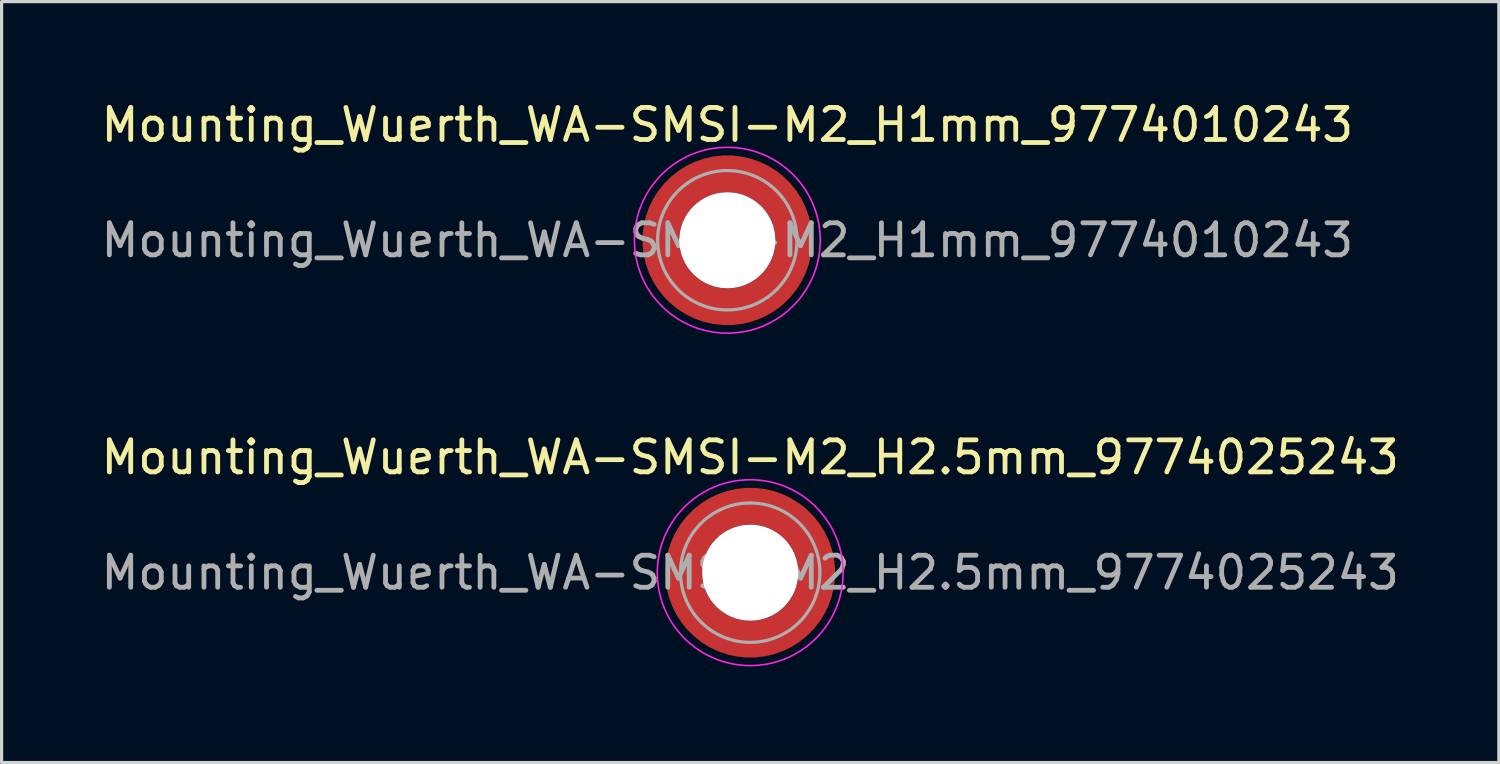
<source format=kicad_pcb>
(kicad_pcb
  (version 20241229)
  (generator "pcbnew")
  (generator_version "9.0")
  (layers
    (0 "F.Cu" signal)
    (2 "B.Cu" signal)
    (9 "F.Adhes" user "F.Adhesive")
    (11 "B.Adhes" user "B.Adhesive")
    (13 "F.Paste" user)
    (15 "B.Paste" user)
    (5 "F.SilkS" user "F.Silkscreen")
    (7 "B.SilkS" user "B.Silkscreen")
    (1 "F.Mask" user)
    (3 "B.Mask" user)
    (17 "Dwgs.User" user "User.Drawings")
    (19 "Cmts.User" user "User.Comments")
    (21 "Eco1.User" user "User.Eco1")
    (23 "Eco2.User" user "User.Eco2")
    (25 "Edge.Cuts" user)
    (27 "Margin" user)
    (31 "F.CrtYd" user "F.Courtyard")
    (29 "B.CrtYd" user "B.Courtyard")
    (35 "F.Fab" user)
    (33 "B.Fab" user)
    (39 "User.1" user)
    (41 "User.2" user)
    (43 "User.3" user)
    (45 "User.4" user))
  (footprint "Mounting_Wuerth_WA-SMSI-M2_H2.5mm_9774025243"
    (layer "F.Cu")
    (at 20.363 14.822)
    (property "Reference" "Mounting_Wuerth_WA-SMSI-M2_H2.5mm_9774025243" (at 0 -3.6 0) (layer "F.SilkS") (effects (font (size 1 1) (thickness 0.15))))
    (attr smd)
    (fp_circle (center 0 0) (end 2.9 0) (stroke (width 0.05) (type solid)) (fill no) (layer "F.CrtYd"))
    (fp_circle (center 0 0) (end 2.175 0) (stroke (width 0.1) (type solid)) (fill no) (layer "F.Fab"))
    (fp_text user "${REFERENCE}" (at 0 0 0) (layer "F.Fab") (effects (font (size 1 1) (thickness 0.15))))
    (pad "" smd custom (at -1.453 -1.453) (size 0.61 0.61) (layers "F.Paste") (options (anchor circle)) (primitives (gr_arc (start -0.147677 1.053104) (mid 0.285964 0.286792) (end 1.051968 -0.147393) (width 0.2)) (gr_arc (start -0.240295 1.053104) (mid 0.22253 0.222946) (end 1.052531 -0.24016) (width 0.2)) (gr_arc (start -0.332645 1.053104) (mid 0.158548 0.15965) (end 1.051583 -0.332304) (width 0.2)) (gr_arc (start -0.424767 1.053104) (mid 0.09486 0.096059) (end 1.051446 -0.424413) (width 0.2)) (gr_arc (start -0.516693 1.053104) (mid 0.031293 0.032346) (end 1.051645 -0.516396) (width 0.2)) (gr_arc (start -0.608448 1.053104) (mid -0.032323 -0.031316) (end 1.051707 -0.608176) (width 0.2)) (gr_arc (start -0.700056 1.053104) (mid -0.09616 -0.094758) (end 1.051155 -0.699693) (width 0.2)) (gr_arc (start -0.791534 1.053104) (mid -0.160388 -0.15781) (end 1.049515 -0.790891) (width 0.2)) (gr_arc (start -0.882896 1.053104) (mid -0.223713 -0.221764) (end 1.050388 -0.882429) (width 0.2)) (gr_arc (start -0.974157 1.053104) (mid -0.287654 -0.285101) (end 1.049541 -0.973567) (width 0.2)) (gr_line (start 1.053 -0.148) (end 1.053 -0.974) (width 0.2)) (gr_line (start -0.148 1.053) (end -0.974 1.053) (width 0.2))))
    (pad "" smd custom (at -1.453 1.453) (size 0.61 0.61) (layers "F.Paste") (options (anchor circle)) (primitives (gr_arc (start 1.053104 0.147677) (mid 0.286792 -0.285964) (end -0.147393 -1.051968) (width 0.2)) (gr_arc (start 1.053104 0.240295) (mid 0.222946 -0.22253) (end -0.24016 -1.052531) (width 0.2)) (gr_arc (start 1.053104 0.332645) (mid 0.15965 -0.158548) (end -0.332304 -1.051583) (width 0.2)) (gr_arc (start 1.053104 0.424767) (mid 0.096059 -0.09486) (end -0.424413 -1.051446) (width 0.2)) (gr_arc (start 1.053104 0.516693) (mid 0.032346 -0.031293) (end -0.516396 -1.051645) (width 0.2)) (gr_arc (start 1.053104 0.608448) (mid -0.031316 0.032323) (end -0.608176 -1.051707) (width 0.2)) (gr_arc (start 1.053104 0.700056) (mid -0.094758 0.09616) (end -0.699693 -1.051155) (width 0.2)) (gr_arc (start 1.053104 0.791534) (mid -0.15781 0.160388) (end -0.790891 -1.049515) (width 0.2)) (gr_arc (start 1.053104 0.882896) (mid -0.221764 0.223713) (end -0.882429 -1.050388) (width 0.2)) (gr_arc (start 1.053104 0.974157) (mid -0.285101 0.287654) (end -0.973567 -1.049541) (width 0.2)) (gr_line (start -0.148 -1.053) (end -0.974 -1.053) (width 0.2)) (gr_line (start 1.053 0.148) (end 1.053 0.974) (width 0.2))))
    (pad "" np_thru_hole circle (at 0 0) (size 3 3) (drill 3) (layers "*.Cu" "*.Mask"))
    (pad "" smd custom (at 1.453 -1.453) (size 0.61 0.61) (layers "F.Paste") (options (anchor circle)) (primitives (gr_arc (start -1.053104 -0.147677) (mid -0.286792 0.285964) (end 0.147393 1.051968) (width 0.2)) (gr_arc (start -1.053104 -0.240295) (mid -0.222946 0.22253) (end 0.24016 1.052531) (width 0.2)) (gr_arc (start -1.053104 -0.332645) (mid -0.15965 0.158548) (end 0.332304 1.051583) (width 0.2)) (gr_arc (start -1.053104 -0.424767) (mid -0.096059 0.09486) (end 0.424413 1.051446) (width 0.2)) (gr_arc (start -1.053104 -0.516693) (mid -0.032346 0.031293) (end 0.516396 1.051645) (width 0.2)) (gr_arc (start -1.053104 -0.608448) (mid 0.031316 -0.032323) (end 0.608176 1.051707) (width 0.2)) (gr_arc (start -1.053104 -0.700056) (mid 0.094758 -0.09616) (end 0.699693 1.051155) (width 0.2)) (gr_arc (start -1.053104 -0.791534) (mid 0.15781 -0.160388) (end 0.790891 1.049515) (width 0.2)) (gr_arc (start -1.053104 -0.882896) (mid 0.221764 -0.223713) (end 0.882429 1.050388) (width 0.2)) (gr_arc (start -1.053104 -0.974157) (mid 0.285101 -0.287654) (end 0.973567 1.049541) (width 0.2)) (gr_line (start 0.148 1.053) (end 0.974 1.053) (width 0.2)) (gr_line (start -1.053 -0.148) (end -1.053 -0.974) (width 0.2))))
    (pad "" smd custom (at 1.453 1.453) (size 0.61 0.61) (layers "F.Paste") (options (anchor circle)) (primitives (gr_arc (start 0.147677 -1.053104) (mid -0.285964 -0.286792) (end -1.051968 0.147393) (width 0.2)) (gr_arc (start 0.240295 -1.053104) (mid -0.22253 -0.222946) (end -1.052531 0.24016) (width 0.2)) (gr_arc (start 0.332645 -1.053104) (mid -0.158548 -0.15965) (end -1.051583 0.332304) (width 0.2)) (gr_arc (start 0.424767 -1.053104) (mid -0.09486 -0.096059) (end -1.051446 0.424413) (width 0.2)) (gr_arc (start 0.516693 -1.053104) (mid -0.031293 -0.032346) (end -1.051645 0.516396) (width 0.2)) (gr_arc (start 0.608448 -1.053104) (mid 0.032323 0.031316) (end -1.051707 0.608176) (width 0.2)) (gr_arc (start 0.700056 -1.053104) (mid 0.09616 0.094758) (end -1.051155 0.699693) (width 0.2)) (gr_arc (start 0.791534 -1.053104) (mid 0.160388 0.15781) (end -1.049515 0.790891) (width 0.2)) (gr_arc (start 0.882896 -1.053104) (mid 0.223713 0.221764) (end -1.050388 0.882429) (width 0.2)) (gr_arc (start 0.974157 -1.053104) (mid 0.287654 0.285101) (end -1.049541 0.973567) (width 0.2)) (gr_line (start -1.053 0.148) (end -1.053 0.974) (width 0.2)) (gr_line (start 0.148 -1.053) (end 0.974 -1.053) (width 0.2))))
    (pad "1" smd circle (at -2.075 0) (size 0.75 0.75) (layers "F.Cu"))
    (pad "1" smd circle (at 0 -2.075) (size 0.75 0.75) (layers "F.Cu"))
    (pad "1" smd circle (at 0 2.075) (size 0.75 0.75) (layers "F.Cu"))
    (pad "1" smd custom (at 2.075 0) (size 0.75 0.75) (layers "F.Cu" "F.Mask") (options (anchor circle)) (primitives (gr_circle (center -2.075 0) (end 0 0) (width 1.15) (fill no)))))
  (footprint "Mounting_Wuerth_WA-SMSI-M2_H1mm_9774010243"
    (layer "F.Cu")
    (at 19.649 4.448)
    (property "Reference" "Mounting_Wuerth_WA-SMSI-M2_H1mm_9774010243" (at 0 -3.6 0) (layer "F.SilkS") (effects (font (size 1 1) (thickness 0.15))))
    (attr smd)
    (fp_circle (center 0 0) (end 2.9 0) (stroke (width 0.05) (type solid)) (fill no) (layer "F.CrtYd"))
    (fp_circle (center 0 0) (end 2.175 0) (stroke (width 0.1) (type solid)) (fill no) (layer "F.Fab"))
    (fp_text user "${REFERENCE}" (at 0 0 0) (layer "F.Fab") (effects (font (size 1 1) (thickness 0.15))))
    (pad "" smd custom (at -1.453 -1.453) (size 0.61 0.61) (layers "F.Paste") (options (anchor circle)) (primitives (gr_arc (start -0.147677 1.053104) (mid 0.285964 0.286792) (end 1.051968 -0.147393) (width 0.2)) (gr_arc (start -0.240295 1.053104) (mid 0.22253 0.222946) (end 1.052531 -0.24016) (width 0.2)) (gr_arc (start -0.332645 1.053104) (mid 0.158548 0.15965) (end 1.051583 -0.332304) (width 0.2)) (gr_arc (start -0.424767 1.053104) (mid 0.09486 0.096059) (end 1.051446 -0.424413) (width 0.2)) (gr_arc (start -0.516693 1.053104) (mid 0.031293 0.032346) (end 1.051645 -0.516396) (width 0.2)) (gr_arc (start -0.608448 1.053104) (mid -0.032323 -0.031316) (end 1.051707 -0.608176) (width 0.2)) (gr_arc (start -0.700056 1.053104) (mid -0.09616 -0.094758) (end 1.051155 -0.699693) (width 0.2)) (gr_arc (start -0.791534 1.053104) (mid -0.160388 -0.15781) (end 1.049515 -0.790891) (width 0.2)) (gr_arc (start -0.882896 1.053104) (mid -0.223713 -0.221764) (end 1.050388 -0.882429) (width 0.2)) (gr_arc (start -0.974157 1.053104) (mid -0.287654 -0.285101) (end 1.049541 -0.973567) (width 0.2)) (gr_line (start 1.053 -0.148) (end 1.053 -0.974) (width 0.2)) (gr_line (start -0.148 1.053) (end -0.974 1.053) (width 0.2))))
    (pad "" smd custom (at -1.453 1.453) (size 0.61 0.61) (layers "F.Paste") (options (anchor circle)) (primitives (gr_arc (start 1.053104 0.147677) (mid 0.286792 -0.285964) (end -0.147393 -1.051968) (width 0.2)) (gr_arc (start 1.053104 0.240295) (mid 0.222946 -0.22253) (end -0.24016 -1.052531) (width 0.2)) (gr_arc (start 1.053104 0.332645) (mid 0.15965 -0.158548) (end -0.332304 -1.051583) (width 0.2)) (gr_arc (start 1.053104 0.424767) (mid 0.096059 -0.09486) (end -0.424413 -1.051446) (width 0.2)) (gr_arc (start 1.053104 0.516693) (mid 0.032346 -0.031293) (end -0.516396 -1.051645) (width 0.2)) (gr_arc (start 1.053104 0.608448) (mid -0.031316 0.032323) (end -0.608176 -1.051707) (width 0.2)) (gr_arc (start 1.053104 0.700056) (mid -0.094758 0.09616) (end -0.699693 -1.051155) (width 0.2)) (gr_arc (start 1.053104 0.791534) (mid -0.15781 0.160388) (end -0.790891 -1.049515) (width 0.2)) (gr_arc (start 1.053104 0.882896) (mid -0.221764 0.223713) (end -0.882429 -1.050388) (width 0.2)) (gr_arc (start 1.053104 0.974157) (mid -0.285101 0.287654) (end -0.973567 -1.049541) (width 0.2)) (gr_line (start -0.148 -1.053) (end -0.974 -1.053) (width 0.2)) (gr_line (start 1.053 0.148) (end 1.053 0.974) (width 0.2))))
    (pad "" np_thru_hole circle (at 0 0) (size 3 3) (drill 3) (layers "*.Cu" "*.Mask"))
    (pad "" smd custom (at 1.453 -1.453) (size 0.61 0.61) (layers "F.Paste") (options (anchor circle)) (primitives (gr_arc (start -1.053104 -0.147677) (mid -0.286792 0.285964) (end 0.147393 1.051968) (width 0.2)) (gr_arc (start -1.053104 -0.240295) (mid -0.222946 0.22253) (end 0.24016 1.052531) (width 0.2)) (gr_arc (start -1.053104 -0.332645) (mid -0.15965 0.158548) (end 0.332304 1.051583) (width 0.2)) (gr_arc (start -1.053104 -0.424767) (mid -0.096059 0.09486) (end 0.424413 1.051446) (width 0.2)) (gr_arc (start -1.053104 -0.516693) (mid -0.032346 0.031293) (end 0.516396 1.051645) (width 0.2)) (gr_arc (start -1.053104 -0.608448) (mid 0.031316 -0.032323) (end 0.608176 1.051707) (width 0.2)) (gr_arc (start -1.053104 -0.700056) (mid 0.094758 -0.09616) (end 0.699693 1.051155) (width 0.2)) (gr_arc (start -1.053104 -0.791534) (mid 0.15781 -0.160388) (end 0.790891 1.049515) (width 0.2)) (gr_arc (start -1.053104 -0.882896) (mid 0.221764 -0.223713) (end 0.882429 1.050388) (width 0.2)) (gr_arc (start -1.053104 -0.974157) (mid 0.285101 -0.287654) (end 0.973567 1.049541) (width 0.2)) (gr_line (start 0.148 1.053) (end 0.974 1.053) (width 0.2)) (gr_line (start -1.053 -0.148) (end -1.053 -0.974) (width 0.2))))
    (pad "" smd custom (at 1.453 1.453) (size 0.61 0.61) (layers "F.Paste") (options (anchor circle)) (primitives (gr_arc (start 0.147677 -1.053104) (mid -0.285964 -0.286792) (end -1.051968 0.147393) (width 0.2)) (gr_arc (start 0.240295 -1.053104) (mid -0.22253 -0.222946) (end -1.052531 0.24016) (width 0.2)) (gr_arc (start 0.332645 -1.053104) (mid -0.158548 -0.15965) (end -1.051583 0.332304) (width 0.2)) (gr_arc (start 0.424767 -1.053104) (mid -0.09486 -0.096059) (end -1.051446 0.424413) (width 0.2)) (gr_arc (start 0.516693 -1.053104) (mid -0.031293 -0.032346) (end -1.051645 0.516396) (width 0.2)) (gr_arc (start 0.608448 -1.053104) (mid 0.032323 0.031316) (end -1.051707 0.608176) (width 0.2)) (gr_arc (start 0.700056 -1.053104) (mid 0.09616 0.094758) (end -1.051155 0.699693) (width 0.2)) (gr_arc (start 0.791534 -1.053104) (mid 0.160388 0.15781) (end -1.049515 0.790891) (width 0.2)) (gr_arc (start 0.882896 -1.053104) (mid 0.223713 0.221764) (end -1.050388 0.882429) (width 0.2)) (gr_arc (start 0.974157 -1.053104) (mid 0.287654 0.285101) (end -1.049541 0.973567) (width 0.2)) (gr_line (start -1.053 0.148) (end -1.053 0.974) (width 0.2)) (gr_line (start 0.148 -1.053) (end 0.974 -1.053) (width 0.2))))
    (pad "1" smd circle (at -2.075 0) (size 0.75 0.75) (layers "F.Cu"))
    (pad "1" smd circle (at 0 -2.075) (size 0.75 0.75) (layers "F.Cu"))
    (pad "1" smd circle (at 0 2.075) (size 0.75 0.75) (layers "F.Cu"))
    (pad "1" smd custom (at 2.075 0) (size 0.75 0.75) (layers "F.Cu" "F.Mask") (options (anchor circle)) (primitives (gr_circle (center -2.075 0) (end 0 0) (width 1.15) (fill no)))))
  (gr_rect
    (start -3 -3)
    (end 43.726 20.747)
    (stroke (width 0.1) (type default))
    (fill no)
    (layer "Edge.Cuts")))
</source>
